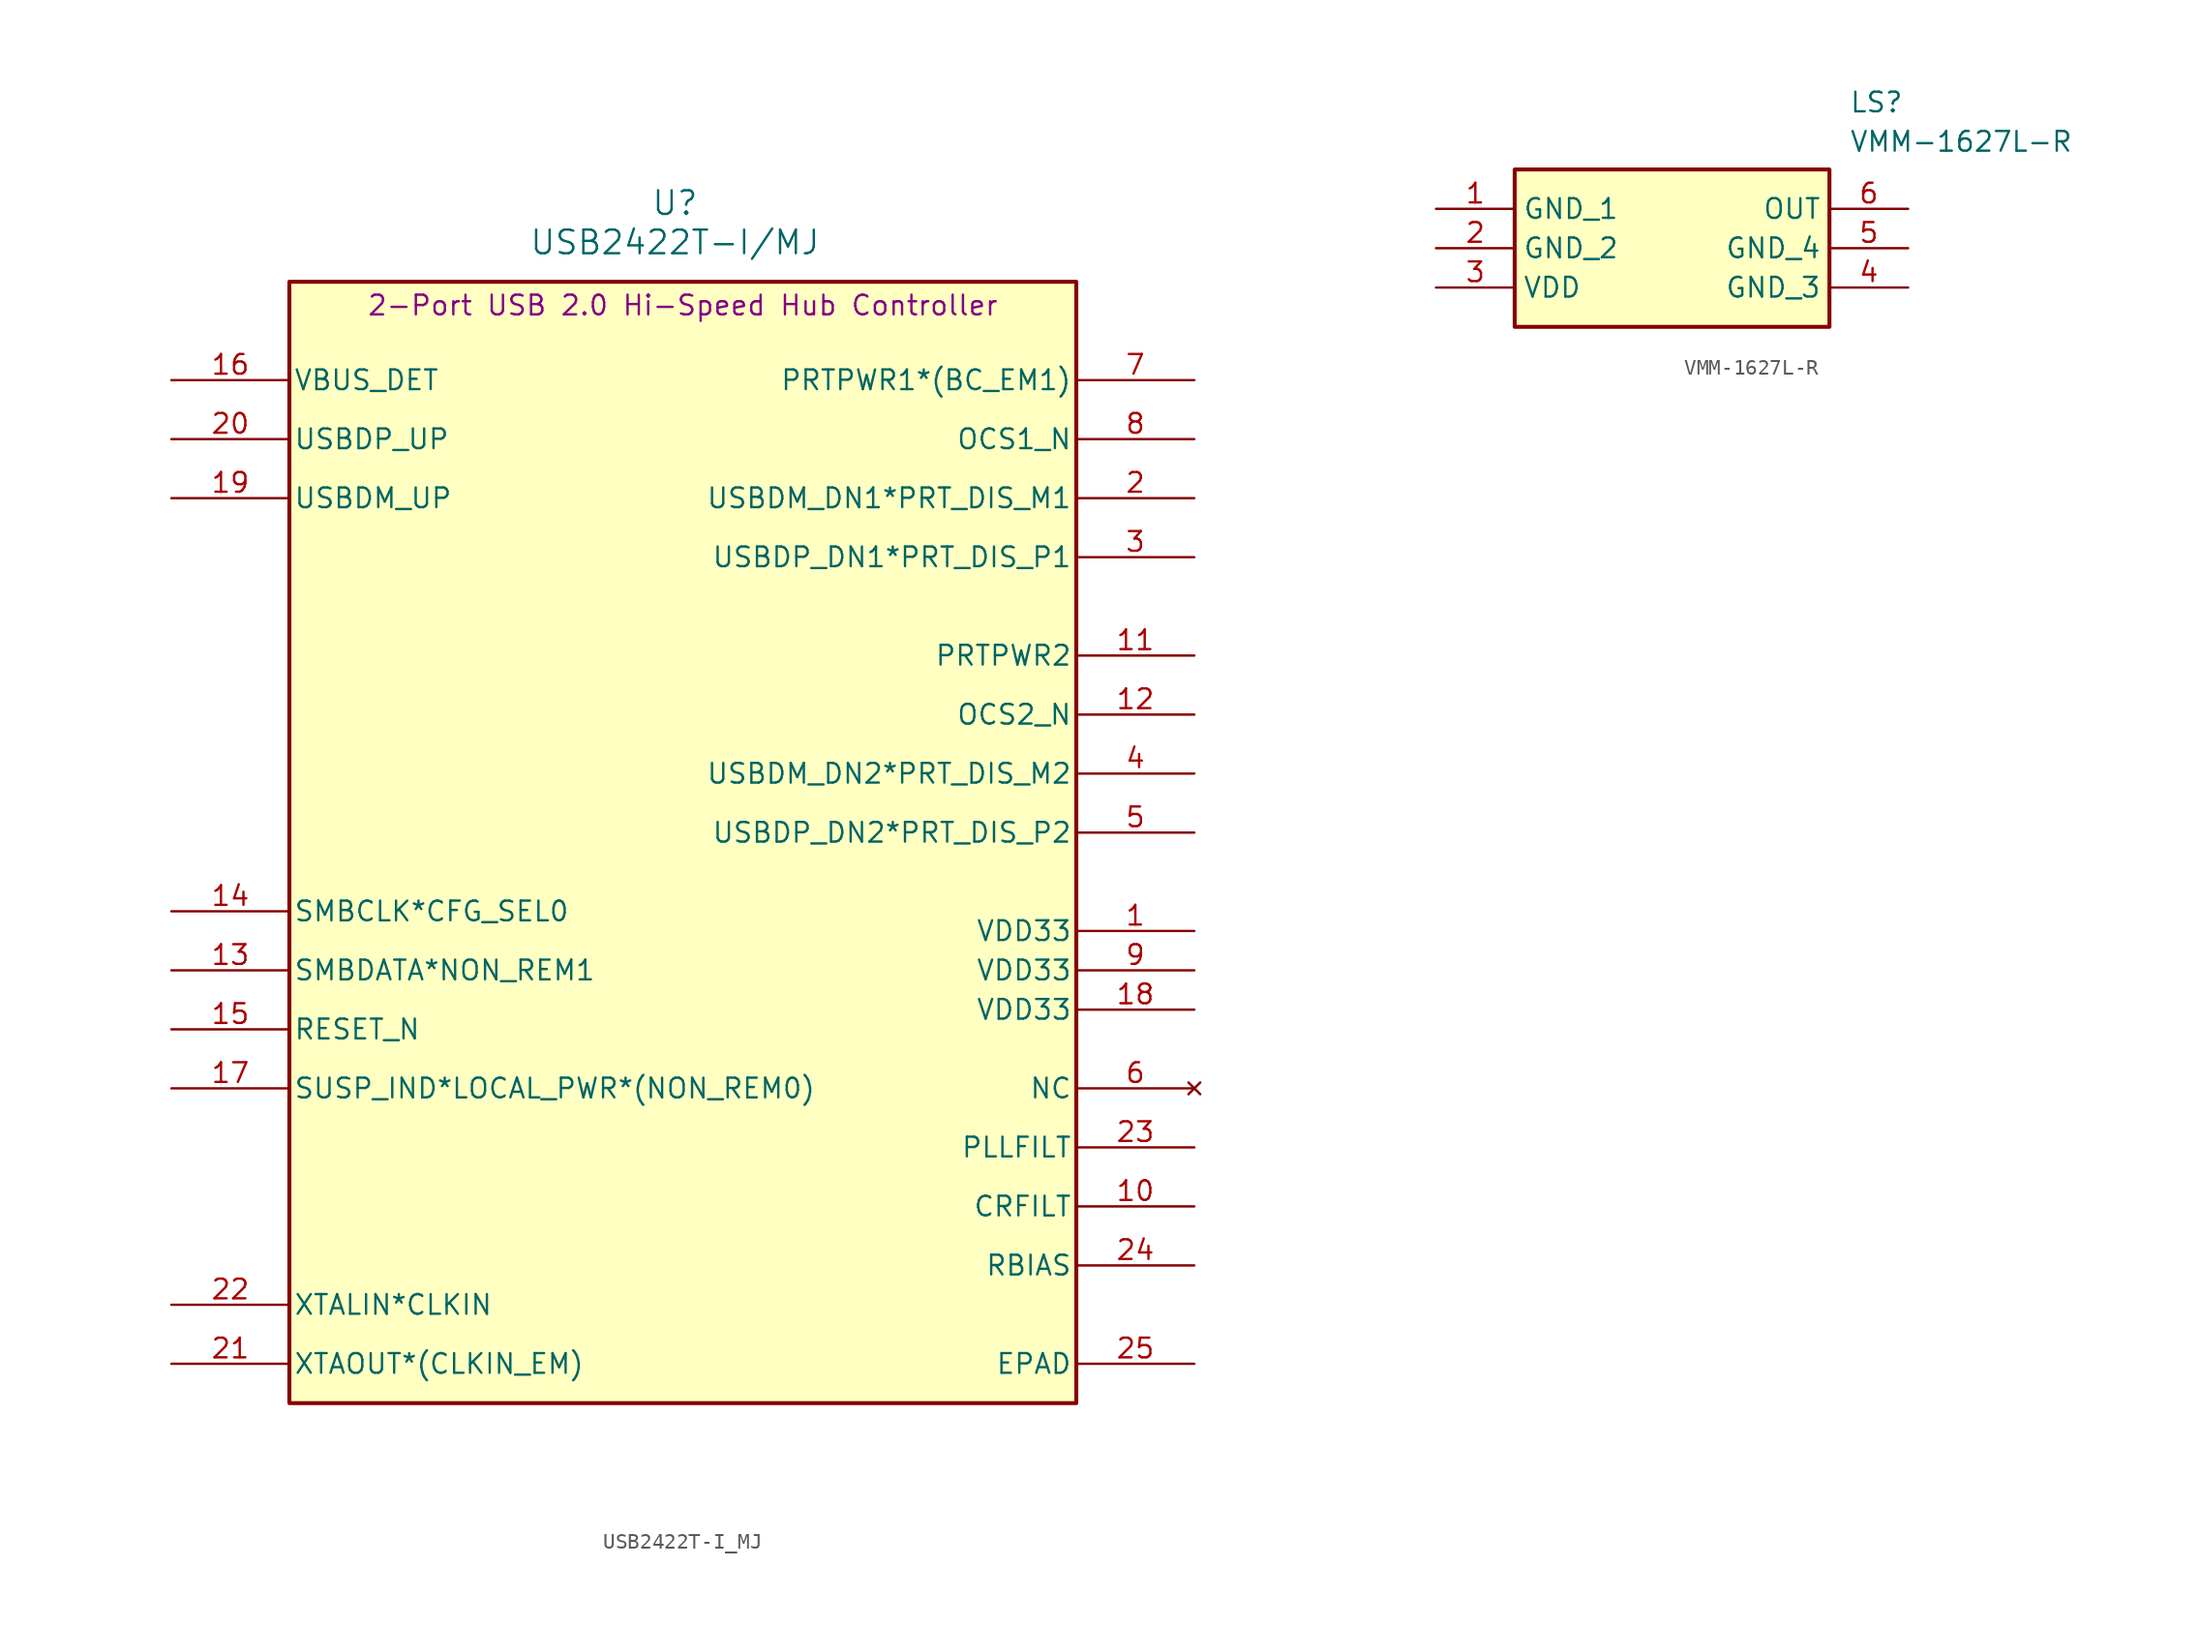
<source format=kicad_sym>
(kicad_symbol_lib
  (version 20231120)
  (generator "kicad_symbol_editor")
  (generator_version "8.0")
  (symbol "USB2422T-I_MJ"
    (pin_names
      (offset 0.254))
    (property "Reference" "U"
      (at 50.292 10.16 0)
      (effects (font (size 1.524 1.524))))
    (property "Value" "USB2422T-I/MJ"
      (at 50.292 7.62 0)
      (effects (font (size 1.524 1.524))))
    (property "Description" "2-Port USB 2.0 Hi-Speed Hub Controller"
      (at 50.8 3.556 0)
      (effects (font (size 1.27 1.27))))
    (symbol "USB2422T-I_MJ_0_1"
      (rectangle (start 25.4 5.08) (end 76.2 -67.31) (stroke (width 0.254) (type default)) (fill (type background)))
      (pin power_in line (at 83.82 -36.83 180) (length 7.62) (name "VDD33" (effects (font (size 1.27 1.27)))) (number "1" (effects (font (size 1.27 1.27)))))
      (pin passive line (at 83.82 -54.61 180) (length 7.62) (name "CRFILT" (effects (font (size 1.27 1.27)))) (number "10" (effects (font (size 1.27 1.27)))))
      (pin power_in line (at 83.82 -19.05 180) (length 7.62) (name "PRTPWR2" (effects (font (size 1.27 1.27)))) (number "11" (effects (font (size 1.27 1.27)))))
      (pin bidirectional line (at 83.82 -22.86 180) (length 7.62) (name "OCS2_N" (effects (font (size 1.27 1.27)))) (number "12" (effects (font (size 1.27 1.27)))))
      (pin bidirectional line (at 17.78 -39.37 0) (length 7.62) (name "SMBDATA*NON_REM1" (effects (font (size 1.27 1.27)))) (number "13" (effects (font (size 1.27 1.27)))))
      (pin bidirectional line (at 17.78 -35.56 0) (length 7.62) (name "SMBCLK*CFG_SEL0" (effects (font (size 1.27 1.27)))) (number "14" (effects (font (size 1.27 1.27)))))
      (pin input line (at 17.78 -43.18 0) (length 7.62) (name "RESET_N" (effects (font (size 1.27 1.27)))) (number "15" (effects (font (size 1.27 1.27)))))
      (pin input line (at 17.78 -1.27 0) (length 7.62) (name "VBUS_DET" (effects (font (size 1.27 1.27)))) (number "16" (effects (font (size 1.27 1.27)))))
      (pin bidirectional line (at 17.78 -46.99 0) (length 7.62) (name "SUSP_IND*LOCAL_PWR*(NON_REM0)" (effects (font (size 1.27 1.27)))) (number "17" (effects (font (size 1.27 1.27)))))
      (pin power_in line (at 83.82 -41.91 180) (length 7.62) (name "VDD33" (effects (font (size 1.27 1.27)))) (number "18" (effects (font (size 1.27 1.27)))))
      (pin bidirectional line (at 17.78 -8.89 0) (length 7.62) (name "USBDM_UP" (effects (font (size 1.27 1.27)))) (number "19" (effects (font (size 1.27 1.27)))))
      (pin bidirectional line (at 17.78 -5.08 0) (length 7.62) (name "USBDP_UP" (effects (font (size 1.27 1.27)))) (number "20" (effects (font (size 1.27 1.27)))))
      (pin output line (at 17.78 -64.77 0) (length 7.62) (name "XTAOUT*(CLKIN_EM)" (effects (font (size 1.27 1.27)))) (number "21" (effects (font (size 1.27 1.27)))))
      (pin input line (at 17.78 -60.96 0) (length 7.62) (name "XTALIN*CLKIN" (effects (font (size 1.27 1.27)))) (number "22" (effects (font (size 1.27 1.27)))))
      (pin passive line (at 83.82 -50.8 180) (length 7.62) (name "PLLFILT" (effects (font (size 1.27 1.27)))) (number "23" (effects (font (size 1.27 1.27)))))
      (pin passive line (at 83.82 -58.42 180) (length 7.62) (name "RBIAS" (effects (font (size 1.27 1.27)))) (number "24" (effects (font (size 1.27 1.27)))))
      (pin passive line (at 83.82 -64.77 180) (length 7.62) (name "EPAD" (effects (font (size 1.27 1.27)))) (number "25" (effects (font (size 1.27 1.27)))))
      (pin no_connect line (at 83.82 -46.99 180) (length 7.62) (name "NC" (effects (font (size 1.27 1.27)))) (number "6" (effects (font (size 1.27 1.27)))))
      (pin power_in line (at 83.82 -1.27 180) (length 7.62) (name "PRTPWR1*(BC_EM1)" (effects (font (size 1.27 1.27)))) (number "7" (effects (font (size 1.27 1.27)))))
      (pin bidirectional line (at 83.82 -5.08 180) (length 7.62) (name "OCS1_N" (effects (font (size 1.27 1.27)))) (number "8" (effects (font (size 1.27 1.27)))))
      (pin power_in line (at 83.82 -39.37 180) (length 7.62) (name "VDD33" (effects (font (size 1.27 1.27)))) (number "9" (effects (font (size 1.27 1.27))))))
    (symbol "USB2422T-I_MJ_1_1"
      (pin bidirectional line (at 83.82 -8.89 180) (length 7.62) (name "USBDM_DN1*PRT_DIS_M1" (effects (font (size 1.27 1.27)))) (number "2" (effects (font (size 1.27 1.27)))))
      (pin bidirectional line (at 83.82 -12.7 180) (length 7.62) (name "USBDP_DN1*PRT_DIS_P1" (effects (font (size 1.27 1.27)))) (number "3" (effects (font (size 1.27 1.27)))))
      (pin bidirectional line (at 83.82 -26.67 180) (length 7.62) (name "USBDM_DN2*PRT_DIS_M2" (effects (font (size 1.27 1.27)))) (number "4" (effects (font (size 1.27 1.27)))))
      (pin bidirectional line (at 83.82 -30.48 180) (length 7.62) (name "USBDP_DN2*PRT_DIS_P2" (effects (font (size 1.27 1.27)))) (number "5" (effects (font (size 1.27 1.27)))))))
  (symbol "VMM-1627L-R"
    (property "Reference" "LS"
      (at 26.67 7.62 0)
      (effects (font (size 1.27 1.27)) (justify left top)))
    (property "Value" "VMM-1627L-R"
      (at 26.67 5.08 0)
      (effects (font (size 1.27 1.27)) (justify left top)))
    (symbol "VMM-1627L-R_1_1"
      (rectangle (start 5.08 2.54) (end 25.4 -7.62) (stroke (width 0.254) (type default)) (fill (type background)))
      (pin passive line (at 0 0 0) (length 5.08) (name "GND_1" (effects (font (size 1.27 1.27)))) (number "1" (effects (font (size 1.27 1.27)))))
      (pin passive line (at 0 -2.54 0) (length 5.08) (name "GND_2" (effects (font (size 1.27 1.27)))) (number "2" (effects (font (size 1.27 1.27)))))
      (pin passive line (at 0 -5.08 0) (length 5.08) (name "VDD" (effects (font (size 1.27 1.27)))) (number "3" (effects (font (size 1.27 1.27)))))
      (pin passive line (at 30.48 -5.08 180) (length 5.08) (name "GND_3" (effects (font (size 1.27 1.27)))) (number "4" (effects (font (size 1.27 1.27)))))
      (pin passive line (at 30.48 -2.54 180) (length 5.08) (name "GND_4" (effects (font (size 1.27 1.27)))) (number "5" (effects (font (size 1.27 1.27)))))
      (pin passive line (at 30.48 0 180) (length 5.08) (name "OUT" (effects (font (size 1.27 1.27)))) (number "6" (effects (font (size 1.27 1.27))))))))
</source>
